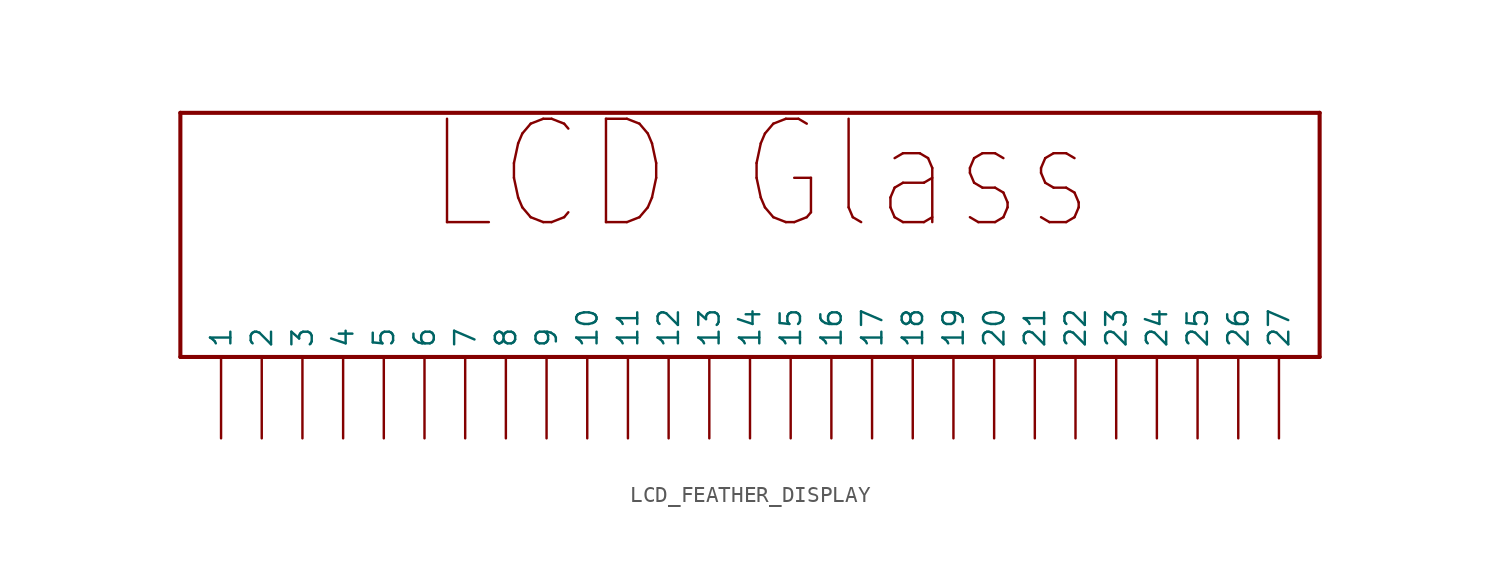
<source format=kicad_sym>
(kicad_symbol_lib
  (version 20211014)
  (generator kicad_symbol_editor)
  (symbol "LCD_FEATHER_DISPLAY"
    (property "Reference" ""
      (at 0 0 0)
      (effects (font (size 1.27 1.27)) hide))
    (property "ki_locked" ""
      (at 0 0 0)
      (effects (font (size 1.27 1.27))))
    (symbol "LCD_FEATHER_DISPLAY_1_0"
      (polyline (pts (xy -33.02 -5.08) (xy -33.02 10.16)) (stroke (width 0.254) (type default) (color 0 0 0 0)) (fill (type none)))
      (polyline (pts (xy -33.02 10.16) (xy 38.1 10.16)) (stroke (width 0.254) (type default) (color 0 0 0 0)) (fill (type none)))
      (polyline (pts (xy 38.1 -5.08) (xy -33.02 -5.08)) (stroke (width 0.254) (type default) (color 0 0 0 0)) (fill (type none)))
      (polyline (pts (xy 38.1 10.16) (xy 38.1 -5.08)) (stroke (width 0.254) (type default) (color 0 0 0 0)) (fill (type none)))
      (text "LCD Glass" (at -17.78 2.54 0) (effects (font (size 6.452 5.484)) (justify left bottom)))
      (pin input line (at -30.48 -10.16 90) (length 5.08) (name "1" (effects (font (size 1.27 1.27)))) (number "P$1" (effects (font (size 0 0)))))
      (pin input line (at -7.62 -10.16 90) (length 5.08) (name "10" (effects (font (size 1.27 1.27)))) (number "P$10" (effects (font (size 0 0)))))
      (pin input line (at -5.08 -10.16 90) (length 5.08) (name "11" (effects (font (size 1.27 1.27)))) (number "P$11" (effects (font (size 0 0)))))
      (pin input line (at -2.54 -10.16 90) (length 5.08) (name "12" (effects (font (size 1.27 1.27)))) (number "P$12" (effects (font (size 0 0)))))
      (pin input line (at 0 -10.16 90) (length 5.08) (name "13" (effects (font (size 1.27 1.27)))) (number "P$13" (effects (font (size 0 0)))))
      (pin input line (at 2.54 -10.16 90) (length 5.08) (name "14" (effects (font (size 1.27 1.27)))) (number "P$14" (effects (font (size 0 0)))))
      (pin input line (at 5.08 -10.16 90) (length 5.08) (name "15" (effects (font (size 1.27 1.27)))) (number "P$15" (effects (font (size 0 0)))))
      (pin input line (at 7.62 -10.16 90) (length 5.08) (name "16" (effects (font (size 1.27 1.27)))) (number "P$16" (effects (font (size 0 0)))))
      (pin input line (at 10.16 -10.16 90) (length 5.08) (name "17" (effects (font (size 1.27 1.27)))) (number "P$17" (effects (font (size 0 0)))))
      (pin input line (at 12.7 -10.16 90) (length 5.08) (name "18" (effects (font (size 1.27 1.27)))) (number "P$18" (effects (font (size 0 0)))))
      (pin input line (at 15.24 -10.16 90) (length 5.08) (name "19" (effects (font (size 1.27 1.27)))) (number "P$19" (effects (font (size 0 0)))))
      (pin input line (at -27.94 -10.16 90) (length 5.08) (name "2" (effects (font (size 1.27 1.27)))) (number "P$2" (effects (font (size 0 0)))))
      (pin input line (at 17.78 -10.16 90) (length 5.08) (name "20" (effects (font (size 1.27 1.27)))) (number "P$20" (effects (font (size 0 0)))))
      (pin input line (at 20.32 -10.16 90) (length 5.08) (name "21" (effects (font (size 1.27 1.27)))) (number "P$21" (effects (font (size 0 0)))))
      (pin input line (at 22.86 -10.16 90) (length 5.08) (name "22" (effects (font (size 1.27 1.27)))) (number "P$22" (effects (font (size 0 0)))))
      (pin input line (at 25.4 -10.16 90) (length 5.08) (name "23" (effects (font (size 1.27 1.27)))) (number "P$23" (effects (font (size 0 0)))))
      (pin input line (at 27.94 -10.16 90) (length 5.08) (name "24" (effects (font (size 1.27 1.27)))) (number "P$24" (effects (font (size 0 0)))))
      (pin input line (at 30.48 -10.16 90) (length 5.08) (name "25" (effects (font (size 1.27 1.27)))) (number "P$25" (effects (font (size 0 0)))))
      (pin input line (at 33.02 -10.16 90) (length 5.08) (name "26" (effects (font (size 1.27 1.27)))) (number "P$26" (effects (font (size 0 0)))))
      (pin input line (at 35.56 -10.16 90) (length 5.08) (name "27" (effects (font (size 1.27 1.27)))) (number "P$27" (effects (font (size 0 0)))))
      (pin input line (at -25.4 -10.16 90) (length 5.08) (name "3" (effects (font (size 1.27 1.27)))) (number "P$3" (effects (font (size 0 0)))))
      (pin input line (at -22.86 -10.16 90) (length 5.08) (name "4" (effects (font (size 1.27 1.27)))) (number "P$4" (effects (font (size 0 0)))))
      (pin input line (at -20.32 -10.16 90) (length 5.08) (name "5" (effects (font (size 1.27 1.27)))) (number "P$5" (effects (font (size 0 0)))))
      (pin input line (at -17.78 -10.16 90) (length 5.08) (name "6" (effects (font (size 1.27 1.27)))) (number "P$6" (effects (font (size 0 0)))))
      (pin input line (at -15.24 -10.16 90) (length 5.08) (name "7" (effects (font (size 1.27 1.27)))) (number "P$7" (effects (font (size 0 0)))))
      (pin input line (at -12.7 -10.16 90) (length 5.08) (name "8" (effects (font (size 1.27 1.27)))) (number "P$8" (effects (font (size 0 0)))))
      (pin input line (at -10.16 -10.16 90) (length 5.08) (name "9" (effects (font (size 1.27 1.27)))) (number "P$9" (effects (font (size 0 0))))))))
</source>
